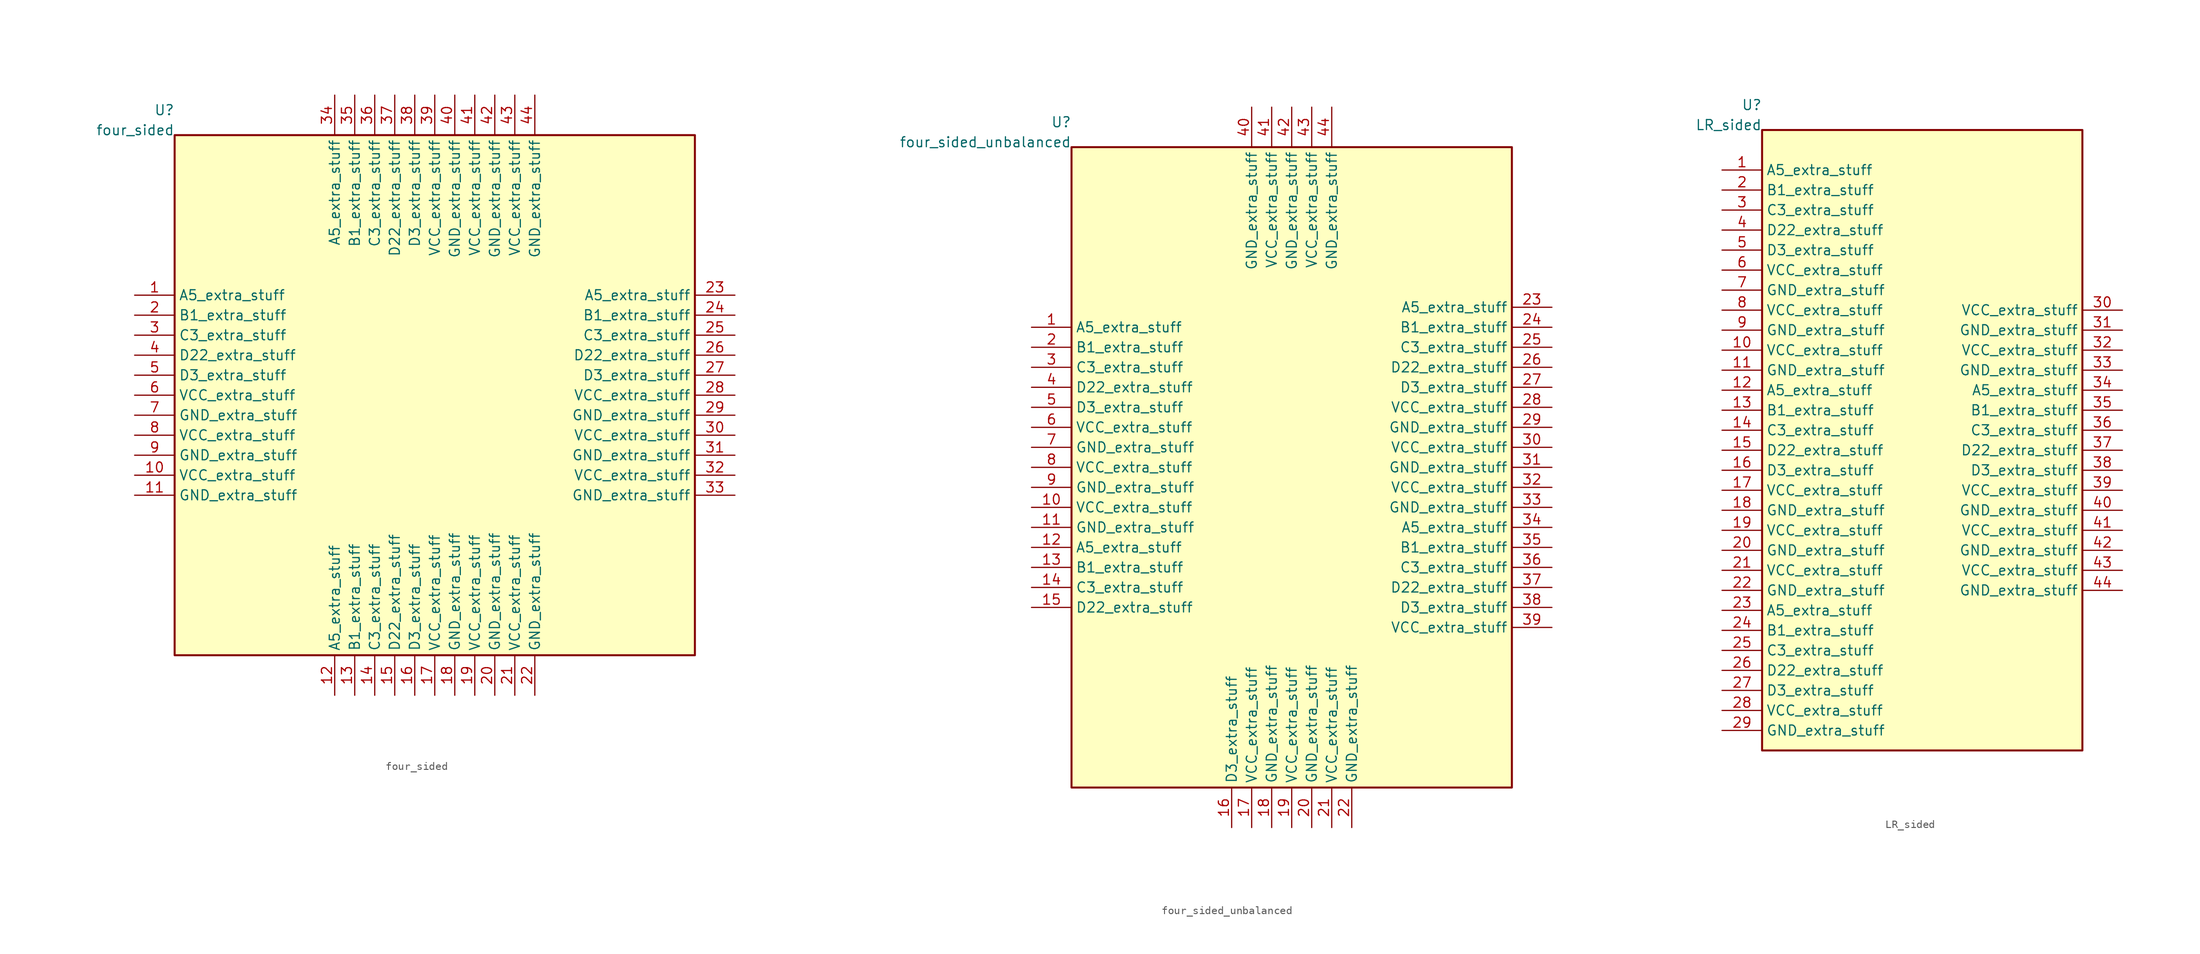
<source format=kicad_sym>
(kicad_symbol_lib
  (version 20241209)
  (generator "kicad_symbol_editor")
  (generator_version "8.0")
  (symbol "four_sided"
    (property "Reference" "U"
      (at -33.02 36.195 0)
      (effects (font (size 1.27 1.27)) (justify right) (hide no)))
    (property "Value" "four_sided"
      (at -33.02 33.655 0)
      (effects (font (size 1.27 1.27)) (justify right) (hide no)))
    (symbol "four_sided_1_1"
      (rectangle (start -33.02 -33.02) (end 33.02 33.02) (stroke (width 0.254) (type solid)) (fill (type background)))
      (pin passive line (at -38.1 12.7 0) (length 5.08) (name "A5_extra_stuff" (effects (font (size 1.27 1.27)))) (number "1" (effects (font (size 1.27 1.27)))))
      (pin passive line (at -38.1 10.16 0) (length 5.08) (name "B1_extra_stuff" (effects (font (size 1.27 1.27)))) (number "2" (effects (font (size 1.27 1.27)))))
      (pin passive line (at -38.1 7.62 0) (length 5.08) (name "C3_extra_stuff" (effects (font (size 1.27 1.27)))) (number "3" (effects (font (size 1.27 1.27)))))
      (pin passive line (at -38.1 5.08 0) (length 5.08) (name "D22_extra_stuff" (effects (font (size 1.27 1.27)))) (number "4" (effects (font (size 1.27 1.27)))))
      (pin passive line (at -38.1 2.54 0) (length 5.08) (name "D3_extra_stuff" (effects (font (size 1.27 1.27)))) (number "5" (effects (font (size 1.27 1.27)))))
      (pin passive line (at -38.1 0.0 0) (length 5.08) (name "VCC_extra_stuff" (effects (font (size 1.27 1.27)))) (number "6" (effects (font (size 1.27 1.27)))))
      (pin passive line (at -38.1 -2.54 0) (length 5.08) (name "GND_extra_stuff" (effects (font (size 1.27 1.27)))) (number "7" (effects (font (size 1.27 1.27)))))
      (pin passive line (at -38.1 -5.08 0) (length 5.08) (name "VCC_extra_stuff" (effects (font (size 1.27 1.27)))) (number "8" (effects (font (size 1.27 1.27)))))
      (pin passive line (at -38.1 -7.62 0) (length 5.08) (name "GND_extra_stuff" (effects (font (size 1.27 1.27)))) (number "9" (effects (font (size 1.27 1.27)))))
      (pin passive line (at -38.1 -10.16 0) (length 5.08) (name "VCC_extra_stuff" (effects (font (size 1.27 1.27)))) (number "10" (effects (font (size 1.27 1.27)))))
      (pin passive line (at -38.1 -12.7 0) (length 5.08) (name "GND_extra_stuff" (effects (font (size 1.27 1.27)))) (number "11" (effects (font (size 1.27 1.27)))))
      (pin passive line (at 38.1 12.7 180) (length 5.08) (name "A5_extra_stuff" (effects (font (size 1.27 1.27)))) (number "23" (effects (font (size 1.27 1.27)))))
      (pin passive line (at 38.1 10.16 180) (length 5.08) (name "B1_extra_stuff" (effects (font (size 1.27 1.27)))) (number "24" (effects (font (size 1.27 1.27)))))
      (pin passive line (at 38.1 7.62 180) (length 5.08) (name "C3_extra_stuff" (effects (font (size 1.27 1.27)))) (number "25" (effects (font (size 1.27 1.27)))))
      (pin passive line (at 38.1 5.08 180) (length 5.08) (name "D22_extra_stuff" (effects (font (size 1.27 1.27)))) (number "26" (effects (font (size 1.27 1.27)))))
      (pin passive line (at 38.1 2.54 180) (length 5.08) (name "D3_extra_stuff" (effects (font (size 1.27 1.27)))) (number "27" (effects (font (size 1.27 1.27)))))
      (pin passive line (at 38.1 0.0 180) (length 5.08) (name "VCC_extra_stuff" (effects (font (size 1.27 1.27)))) (number "28" (effects (font (size 1.27 1.27)))))
      (pin passive line (at 38.1 -2.54 180) (length 5.08) (name "GND_extra_stuff" (effects (font (size 1.27 1.27)))) (number "29" (effects (font (size 1.27 1.27)))))
      (pin passive line (at 38.1 -5.08 180) (length 5.08) (name "VCC_extra_stuff" (effects (font (size 1.27 1.27)))) (number "30" (effects (font (size 1.27 1.27)))))
      (pin passive line (at 38.1 -7.62 180) (length 5.08) (name "GND_extra_stuff" (effects (font (size 1.27 1.27)))) (number "31" (effects (font (size 1.27 1.27)))))
      (pin passive line (at 38.1 -10.16 180) (length 5.08) (name "VCC_extra_stuff" (effects (font (size 1.27 1.27)))) (number "32" (effects (font (size 1.27 1.27)))))
      (pin passive line (at 38.1 -12.7 180) (length 5.08) (name "GND_extra_stuff" (effects (font (size 1.27 1.27)))) (number "33" (effects (font (size 1.27 1.27)))))
      (pin passive line (at -12.7 38.1 270) (length 5.08) (name "A5_extra_stuff" (effects (font (size 1.27 1.27)))) (number "34" (effects (font (size 1.27 1.27)))))
      (pin passive line (at -10.16 38.1 270) (length 5.08) (name "B1_extra_stuff" (effects (font (size 1.27 1.27)))) (number "35" (effects (font (size 1.27 1.27)))))
      (pin passive line (at -7.62 38.1 270) (length 5.08) (name "C3_extra_stuff" (effects (font (size 1.27 1.27)))) (number "36" (effects (font (size 1.27 1.27)))))
      (pin passive line (at -5.08 38.1 270) (length 5.08) (name "D22_extra_stuff" (effects (font (size 1.27 1.27)))) (number "37" (effects (font (size 1.27 1.27)))))
      (pin passive line (at -2.54 38.1 270) (length 5.08) (name "D3_extra_stuff" (effects (font (size 1.27 1.27)))) (number "38" (effects (font (size 1.27 1.27)))))
      (pin passive line (at 0.0 38.1 270) (length 5.08) (name "VCC_extra_stuff" (effects (font (size 1.27 1.27)))) (number "39" (effects (font (size 1.27 1.27)))))
      (pin passive line (at 2.54 38.1 270) (length 5.08) (name "GND_extra_stuff" (effects (font (size 1.27 1.27)))) (number "40" (effects (font (size 1.27 1.27)))))
      (pin passive line (at 5.08 38.1 270) (length 5.08) (name "VCC_extra_stuff" (effects (font (size 1.27 1.27)))) (number "41" (effects (font (size 1.27 1.27)))))
      (pin passive line (at 7.62 38.1 270) (length 5.08) (name "GND_extra_stuff" (effects (font (size 1.27 1.27)))) (number "42" (effects (font (size 1.27 1.27)))))
      (pin passive line (at 10.16 38.1 270) (length 5.08) (name "VCC_extra_stuff" (effects (font (size 1.27 1.27)))) (number "43" (effects (font (size 1.27 1.27)))))
      (pin passive line (at 12.7 38.1 270) (length 5.08) (name "GND_extra_stuff" (effects (font (size 1.27 1.27)))) (number "44" (effects (font (size 1.27 1.27)))))
      (pin passive line (at -12.7 -38.1 90) (length 5.08) (name "A5_extra_stuff" (effects (font (size 1.27 1.27)))) (number "12" (effects (font (size 1.27 1.27)))))
      (pin passive line (at -10.16 -38.1 90) (length 5.08) (name "B1_extra_stuff" (effects (font (size 1.27 1.27)))) (number "13" (effects (font (size 1.27 1.27)))))
      (pin passive line (at -7.62 -38.1 90) (length 5.08) (name "C3_extra_stuff" (effects (font (size 1.27 1.27)))) (number "14" (effects (font (size 1.27 1.27)))))
      (pin passive line (at -5.08 -38.1 90) (length 5.08) (name "D22_extra_stuff" (effects (font (size 1.27 1.27)))) (number "15" (effects (font (size 1.27 1.27)))))
      (pin passive line (at -2.54 -38.1 90) (length 5.08) (name "D3_extra_stuff" (effects (font (size 1.27 1.27)))) (number "16" (effects (font (size 1.27 1.27)))))
      (pin passive line (at 0.0 -38.1 90) (length 5.08) (name "VCC_extra_stuff" (effects (font (size 1.27 1.27)))) (number "17" (effects (font (size 1.27 1.27)))))
      (pin passive line (at 2.54 -38.1 90) (length 5.08) (name "GND_extra_stuff" (effects (font (size 1.27 1.27)))) (number "18" (effects (font (size 1.27 1.27)))))
      (pin passive line (at 5.08 -38.1 90) (length 5.08) (name "VCC_extra_stuff" (effects (font (size 1.27 1.27)))) (number "19" (effects (font (size 1.27 1.27)))))
      (pin passive line (at 7.62 -38.1 90) (length 5.08) (name "GND_extra_stuff" (effects (font (size 1.27 1.27)))) (number "20" (effects (font (size 1.27 1.27)))))
      (pin passive line (at 10.16 -38.1 90) (length 5.08) (name "VCC_extra_stuff" (effects (font (size 1.27 1.27)))) (number "21" (effects (font (size 1.27 1.27)))))
      (pin passive line (at 12.7 -38.1 90) (length 5.08) (name "GND_extra_stuff" (effects (font (size 1.27 1.27)))) (number "22" (effects (font (size 1.27 1.27)))))))
  (symbol "four_sided_unbalanced"
    (property "Reference" "U"
      (at -27.94 43.815 0)
      (effects (font (size 1.27 1.27)) (justify right) (hide no)))
    (property "Value" "four_sided_unbalanced"
      (at -27.94 41.275 0)
      (effects (font (size 1.27 1.27)) (justify right) (hide no)))
    (symbol "four_sided_unbalanced_1_1"
      (rectangle (start -27.94 -40.64) (end 27.94 40.64) (stroke (width 0.254) (type solid)) (fill (type background)))
      (pin passive line (at -33.02 17.78 0) (length 5.08) (name "A5_extra_stuff" (effects (font (size 1.27 1.27)))) (number "1" (effects (font (size 1.27 1.27)))))
      (pin passive line (at -33.02 15.24 0) (length 5.08) (name "B1_extra_stuff" (effects (font (size 1.27 1.27)))) (number "2" (effects (font (size 1.27 1.27)))))
      (pin passive line (at -33.02 12.7 0) (length 5.08) (name "C3_extra_stuff" (effects (font (size 1.27 1.27)))) (number "3" (effects (font (size 1.27 1.27)))))
      (pin passive line (at -33.02 10.16 0) (length 5.08) (name "D22_extra_stuff" (effects (font (size 1.27 1.27)))) (number "4" (effects (font (size 1.27 1.27)))))
      (pin passive line (at -33.02 7.62 0) (length 5.08) (name "D3_extra_stuff" (effects (font (size 1.27 1.27)))) (number "5" (effects (font (size 1.27 1.27)))))
      (pin passive line (at -33.02 5.08 0) (length 5.08) (name "VCC_extra_stuff" (effects (font (size 1.27 1.27)))) (number "6" (effects (font (size 1.27 1.27)))))
      (pin passive line (at -33.02 2.54 0) (length 5.08) (name "GND_extra_stuff" (effects (font (size 1.27 1.27)))) (number "7" (effects (font (size 1.27 1.27)))))
      (pin passive line (at -33.02 3.552713678800501e-15 0) (length 5.08) (name "VCC_extra_stuff" (effects (font (size 1.27 1.27)))) (number "8" (effects (font (size 1.27 1.27)))))
      (pin passive line (at -33.02 -2.54 0) (length 5.08) (name "GND_extra_stuff" (effects (font (size 1.27 1.27)))) (number "9" (effects (font (size 1.27 1.27)))))
      (pin passive line (at -33.02 -5.08 0) (length 5.08) (name "VCC_extra_stuff" (effects (font (size 1.27 1.27)))) (number "10" (effects (font (size 1.27 1.27)))))
      (pin passive line (at -33.02 -7.62 0) (length 5.08) (name "GND_extra_stuff" (effects (font (size 1.27 1.27)))) (number "11" (effects (font (size 1.27 1.27)))))
      (pin passive line (at -33.02 -10.16 0) (length 5.08) (name "A5_extra_stuff" (effects (font (size 1.27 1.27)))) (number "12" (effects (font (size 1.27 1.27)))))
      (pin passive line (at -33.02 -12.7 0) (length 5.08) (name "B1_extra_stuff" (effects (font (size 1.27 1.27)))) (number "13" (effects (font (size 1.27 1.27)))))
      (pin passive line (at -33.02 -15.24 0) (length 5.08) (name "C3_extra_stuff" (effects (font (size 1.27 1.27)))) (number "14" (effects (font (size 1.27 1.27)))))
      (pin passive line (at -33.02 -17.78 0) (length 5.08) (name "D22_extra_stuff" (effects (font (size 1.27 1.27)))) (number "15" (effects (font (size 1.27 1.27)))))
      (pin passive line (at 33.02 20.32 180) (length 5.08) (name "A5_extra_stuff" (effects (font (size 1.27 1.27)))) (number "23" (effects (font (size 1.27 1.27)))))
      (pin passive line (at 33.02 17.78 180) (length 5.08) (name "B1_extra_stuff" (effects (font (size 1.27 1.27)))) (number "24" (effects (font (size 1.27 1.27)))))
      (pin passive line (at 33.02 15.24 180) (length 5.08) (name "C3_extra_stuff" (effects (font (size 1.27 1.27)))) (number "25" (effects (font (size 1.27 1.27)))))
      (pin passive line (at 33.02 12.7 180) (length 5.08) (name "D22_extra_stuff" (effects (font (size 1.27 1.27)))) (number "26" (effects (font (size 1.27 1.27)))))
      (pin passive line (at 33.02 10.16 180) (length 5.08) (name "D3_extra_stuff" (effects (font (size 1.27 1.27)))) (number "27" (effects (font (size 1.27 1.27)))))
      (pin passive line (at 33.02 7.62 180) (length 5.08) (name "VCC_extra_stuff" (effects (font (size 1.27 1.27)))) (number "28" (effects (font (size 1.27 1.27)))))
      (pin passive line (at 33.02 5.08 180) (length 5.08) (name "GND_extra_stuff" (effects (font (size 1.27 1.27)))) (number "29" (effects (font (size 1.27 1.27)))))
      (pin passive line (at 33.02 2.54 180) (length 5.08) (name "VCC_extra_stuff" (effects (font (size 1.27 1.27)))) (number "30" (effects (font (size 1.27 1.27)))))
      (pin passive line (at 33.02 3.552713678800501e-15 180) (length 5.08) (name "GND_extra_stuff" (effects (font (size 1.27 1.27)))) (number "31" (effects (font (size 1.27 1.27)))))
      (pin passive line (at 33.02 -2.54 180) (length 5.08) (name "VCC_extra_stuff" (effects (font (size 1.27 1.27)))) (number "32" (effects (font (size 1.27 1.27)))))
      (pin passive line (at 33.02 -5.08 180) (length 5.08) (name "GND_extra_stuff" (effects (font (size 1.27 1.27)))) (number "33" (effects (font (size 1.27 1.27)))))
      (pin passive line (at 33.02 -7.62 180) (length 5.08) (name "A5_extra_stuff" (effects (font (size 1.27 1.27)))) (number "34" (effects (font (size 1.27 1.27)))))
      (pin passive line (at 33.02 -10.16 180) (length 5.08) (name "B1_extra_stuff" (effects (font (size 1.27 1.27)))) (number "35" (effects (font (size 1.27 1.27)))))
      (pin passive line (at 33.02 -12.7 180) (length 5.08) (name "C3_extra_stuff" (effects (font (size 1.27 1.27)))) (number "36" (effects (font (size 1.27 1.27)))))
      (pin passive line (at 33.02 -15.24 180) (length 5.08) (name "D22_extra_stuff" (effects (font (size 1.27 1.27)))) (number "37" (effects (font (size 1.27 1.27)))))
      (pin passive line (at 33.02 -17.78 180) (length 5.08) (name "D3_extra_stuff" (effects (font (size 1.27 1.27)))) (number "38" (effects (font (size 1.27 1.27)))))
      (pin passive line (at 33.02 -20.32 180) (length 5.08) (name "VCC_extra_stuff" (effects (font (size 1.27 1.27)))) (number "39" (effects (font (size 1.27 1.27)))))
      (pin passive line (at -5.08 45.72 270) (length 5.08) (name "GND_extra_stuff" (effects (font (size 1.27 1.27)))) (number "40" (effects (font (size 1.27 1.27)))))
      (pin passive line (at -2.54 45.72 270) (length 5.08) (name "VCC_extra_stuff" (effects (font (size 1.27 1.27)))) (number "41" (effects (font (size 1.27 1.27)))))
      (pin passive line (at 0.0 45.72 270) (length 5.08) (name "GND_extra_stuff" (effects (font (size 1.27 1.27)))) (number "42" (effects (font (size 1.27 1.27)))))
      (pin passive line (at 2.54 45.72 270) (length 5.08) (name "VCC_extra_stuff" (effects (font (size 1.27 1.27)))) (number "43" (effects (font (size 1.27 1.27)))))
      (pin passive line (at 5.08 45.72 270) (length 5.08) (name "GND_extra_stuff" (effects (font (size 1.27 1.27)))) (number "44" (effects (font (size 1.27 1.27)))))
      (pin passive line (at -7.62 -45.72 90) (length 5.08) (name "D3_extra_stuff" (effects (font (size 1.27 1.27)))) (number "16" (effects (font (size 1.27 1.27)))))
      (pin passive line (at -5.08 -45.72 90) (length 5.08) (name "VCC_extra_stuff" (effects (font (size 1.27 1.27)))) (number "17" (effects (font (size 1.27 1.27)))))
      (pin passive line (at -2.54 -45.72 90) (length 5.08) (name "GND_extra_stuff" (effects (font (size 1.27 1.27)))) (number "18" (effects (font (size 1.27 1.27)))))
      (pin passive line (at 0.0 -45.72 90) (length 5.08) (name "VCC_extra_stuff" (effects (font (size 1.27 1.27)))) (number "19" (effects (font (size 1.27 1.27)))))
      (pin passive line (at 2.54 -45.72 90) (length 5.08) (name "GND_extra_stuff" (effects (font (size 1.27 1.27)))) (number "20" (effects (font (size 1.27 1.27)))))
      (pin passive line (at 5.08 -45.72 90) (length 5.08) (name "VCC_extra_stuff" (effects (font (size 1.27 1.27)))) (number "21" (effects (font (size 1.27 1.27)))))
      (pin passive line (at 7.62 -45.72 90) (length 5.08) (name "GND_extra_stuff" (effects (font (size 1.27 1.27)))) (number "22" (effects (font (size 1.27 1.27)))))))
  (symbol "LR_sided"
    (property "Reference" "U"
      (at -20.32 42.545 0)
      (effects (font (size 1.27 1.27)) (justify right) (hide no)))
    (property "Value" "LR_sided"
      (at -20.32 40.005 0)
      (effects (font (size 1.27 1.27)) (justify right) (hide no)))
    (symbol "LR_sided_1_1"
      (rectangle (start -20.32 -39.37) (end 20.32 39.37) (stroke (width 0.254) (type solid)) (fill (type background)))
      (pin passive line (at -25.4 34.29 0) (length 5.08) (name "A5_extra_stuff" (effects (font (size 1.27 1.27)))) (number "1" (effects (font (size 1.27 1.27)))))
      (pin passive line (at -25.4 31.75 0) (length 5.08) (name "B1_extra_stuff" (effects (font (size 1.27 1.27)))) (number "2" (effects (font (size 1.27 1.27)))))
      (pin passive line (at -25.4 29.21 0) (length 5.08) (name "C3_extra_stuff" (effects (font (size 1.27 1.27)))) (number "3" (effects (font (size 1.27 1.27)))))
      (pin passive line (at -25.4 26.67 0) (length 5.08) (name "D22_extra_stuff" (effects (font (size 1.27 1.27)))) (number "4" (effects (font (size 1.27 1.27)))))
      (pin passive line (at -25.4 24.13 0) (length 5.08) (name "D3_extra_stuff" (effects (font (size 1.27 1.27)))) (number "5" (effects (font (size 1.27 1.27)))))
      (pin passive line (at -25.4 21.59 0) (length 5.08) (name "VCC_extra_stuff" (effects (font (size 1.27 1.27)))) (number "6" (effects (font (size 1.27 1.27)))))
      (pin passive line (at -25.4 19.05 0) (length 5.08) (name "GND_extra_stuff" (effects (font (size 1.27 1.27)))) (number "7" (effects (font (size 1.27 1.27)))))
      (pin passive line (at -25.4 16.51 0) (length 5.08) (name "VCC_extra_stuff" (effects (font (size 1.27 1.27)))) (number "8" (effects (font (size 1.27 1.27)))))
      (pin passive line (at -25.4 13.97 0) (length 5.08) (name "GND_extra_stuff" (effects (font (size 1.27 1.27)))) (number "9" (effects (font (size 1.27 1.27)))))
      (pin passive line (at -25.4 11.43 0) (length 5.08) (name "VCC_extra_stuff" (effects (font (size 1.27 1.27)))) (number "10" (effects (font (size 1.27 1.27)))))
      (pin passive line (at -25.4 8.89 0) (length 5.08) (name "GND_extra_stuff" (effects (font (size 1.27 1.27)))) (number "11" (effects (font (size 1.27 1.27)))))
      (pin passive line (at -25.4 6.35 0) (length 5.08) (name "A5_extra_stuff" (effects (font (size 1.27 1.27)))) (number "12" (effects (font (size 1.27 1.27)))))
      (pin passive line (at -25.4 3.81 0) (length 5.08) (name "B1_extra_stuff" (effects (font (size 1.27 1.27)))) (number "13" (effects (font (size 1.27 1.27)))))
      (pin passive line (at -25.4 1.27 0) (length 5.08) (name "C3_extra_stuff" (effects (font (size 1.27 1.27)))) (number "14" (effects (font (size 1.27 1.27)))))
      (pin passive line (at -25.4 -1.27 0) (length 5.08) (name "D22_extra_stuff" (effects (font (size 1.27 1.27)))) (number "15" (effects (font (size 1.27 1.27)))))
      (pin passive line (at -25.4 -3.81 0) (length 5.08) (name "D3_extra_stuff" (effects (font (size 1.27 1.27)))) (number "16" (effects (font (size 1.27 1.27)))))
      (pin passive line (at -25.4 -6.35 0) (length 5.08) (name "VCC_extra_stuff" (effects (font (size 1.27 1.27)))) (number "17" (effects (font (size 1.27 1.27)))))
      (pin passive line (at -25.4 -8.89 0) (length 5.08) (name "GND_extra_stuff" (effects (font (size 1.27 1.27)))) (number "18" (effects (font (size 1.27 1.27)))))
      (pin passive line (at -25.4 -11.43 0) (length 5.08) (name "VCC_extra_stuff" (effects (font (size 1.27 1.27)))) (number "19" (effects (font (size 1.27 1.27)))))
      (pin passive line (at -25.4 -13.97 0) (length 5.08) (name "GND_extra_stuff" (effects (font (size 1.27 1.27)))) (number "20" (effects (font (size 1.27 1.27)))))
      (pin passive line (at -25.4 -16.51 0) (length 5.08) (name "VCC_extra_stuff" (effects (font (size 1.27 1.27)))) (number "21" (effects (font (size 1.27 1.27)))))
      (pin passive line (at -25.4 -19.05 0) (length 5.08) (name "GND_extra_stuff" (effects (font (size 1.27 1.27)))) (number "22" (effects (font (size 1.27 1.27)))))
      (pin passive line (at -25.4 -21.59 0) (length 5.08) (name "A5_extra_stuff" (effects (font (size 1.27 1.27)))) (number "23" (effects (font (size 1.27 1.27)))))
      (pin passive line (at -25.4 -24.13 0) (length 5.08) (name "B1_extra_stuff" (effects (font (size 1.27 1.27)))) (number "24" (effects (font (size 1.27 1.27)))))
      (pin passive line (at -25.4 -26.67 0) (length 5.08) (name "C3_extra_stuff" (effects (font (size 1.27 1.27)))) (number "25" (effects (font (size 1.27 1.27)))))
      (pin passive line (at -25.4 -29.21 0) (length 5.08) (name "D22_extra_stuff" (effects (font (size 1.27 1.27)))) (number "26" (effects (font (size 1.27 1.27)))))
      (pin passive line (at -25.4 -31.75 0) (length 5.08) (name "D3_extra_stuff" (effects (font (size 1.27 1.27)))) (number "27" (effects (font (size 1.27 1.27)))))
      (pin passive line (at -25.4 -34.29 0) (length 5.08) (name "VCC_extra_stuff" (effects (font (size 1.27 1.27)))) (number "28" (effects (font (size 1.27 1.27)))))
      (pin passive line (at -25.4 -36.83 0) (length 5.08) (name "GND_extra_stuff" (effects (font (size 1.27 1.27)))) (number "29" (effects (font (size 1.27 1.27)))))
      (pin passive line (at 25.4 16.51 180) (length 5.08) (name "VCC_extra_stuff" (effects (font (size 1.27 1.27)))) (number "30" (effects (font (size 1.27 1.27)))))
      (pin passive line (at 25.4 13.97 180) (length 5.08) (name "GND_extra_stuff" (effects (font (size 1.27 1.27)))) (number "31" (effects (font (size 1.27 1.27)))))
      (pin passive line (at 25.4 11.43 180) (length 5.08) (name "VCC_extra_stuff" (effects (font (size 1.27 1.27)))) (number "32" (effects (font (size 1.27 1.27)))))
      (pin passive line (at 25.4 8.89 180) (length 5.08) (name "GND_extra_stuff" (effects (font (size 1.27 1.27)))) (number "33" (effects (font (size 1.27 1.27)))))
      (pin passive line (at 25.4 6.35 180) (length 5.08) (name "A5_extra_stuff" (effects (font (size 1.27 1.27)))) (number "34" (effects (font (size 1.27 1.27)))))
      (pin passive line (at 25.4 3.81 180) (length 5.08) (name "B1_extra_stuff" (effects (font (size 1.27 1.27)))) (number "35" (effects (font (size 1.27 1.27)))))
      (pin passive line (at 25.4 1.27 180) (length 5.08) (name "C3_extra_stuff" (effects (font (size 1.27 1.27)))) (number "36" (effects (font (size 1.27 1.27)))))
      (pin passive line (at 25.4 -1.27 180) (length 5.08) (name "D22_extra_stuff" (effects (font (size 1.27 1.27)))) (number "37" (effects (font (size 1.27 1.27)))))
      (pin passive line (at 25.4 -3.81 180) (length 5.08) (name "D3_extra_stuff" (effects (font (size 1.27 1.27)))) (number "38" (effects (font (size 1.27 1.27)))))
      (pin passive line (at 25.4 -6.35 180) (length 5.08) (name "VCC_extra_stuff" (effects (font (size 1.27 1.27)))) (number "39" (effects (font (size 1.27 1.27)))))
      (pin passive line (at 25.4 -8.89 180) (length 5.08) (name "GND_extra_stuff" (effects (font (size 1.27 1.27)))) (number "40" (effects (font (size 1.27 1.27)))))
      (pin passive line (at 25.4 -11.43 180) (length 5.08) (name "VCC_extra_stuff" (effects (font (size 1.27 1.27)))) (number "41" (effects (font (size 1.27 1.27)))))
      (pin passive line (at 25.4 -13.97 180) (length 5.08) (name "GND_extra_stuff" (effects (font (size 1.27 1.27)))) (number "42" (effects (font (size 1.27 1.27)))))
      (pin passive line (at 25.4 -16.51 180) (length 5.08) (name "VCC_extra_stuff" (effects (font (size 1.27 1.27)))) (number "43" (effects (font (size 1.27 1.27)))))
      (pin passive line (at 25.4 -19.05 180) (length 5.08) (name "GND_extra_stuff" (effects (font (size 1.27 1.27)))) (number "44" (effects (font (size 1.27 1.27))))))))
</source>
